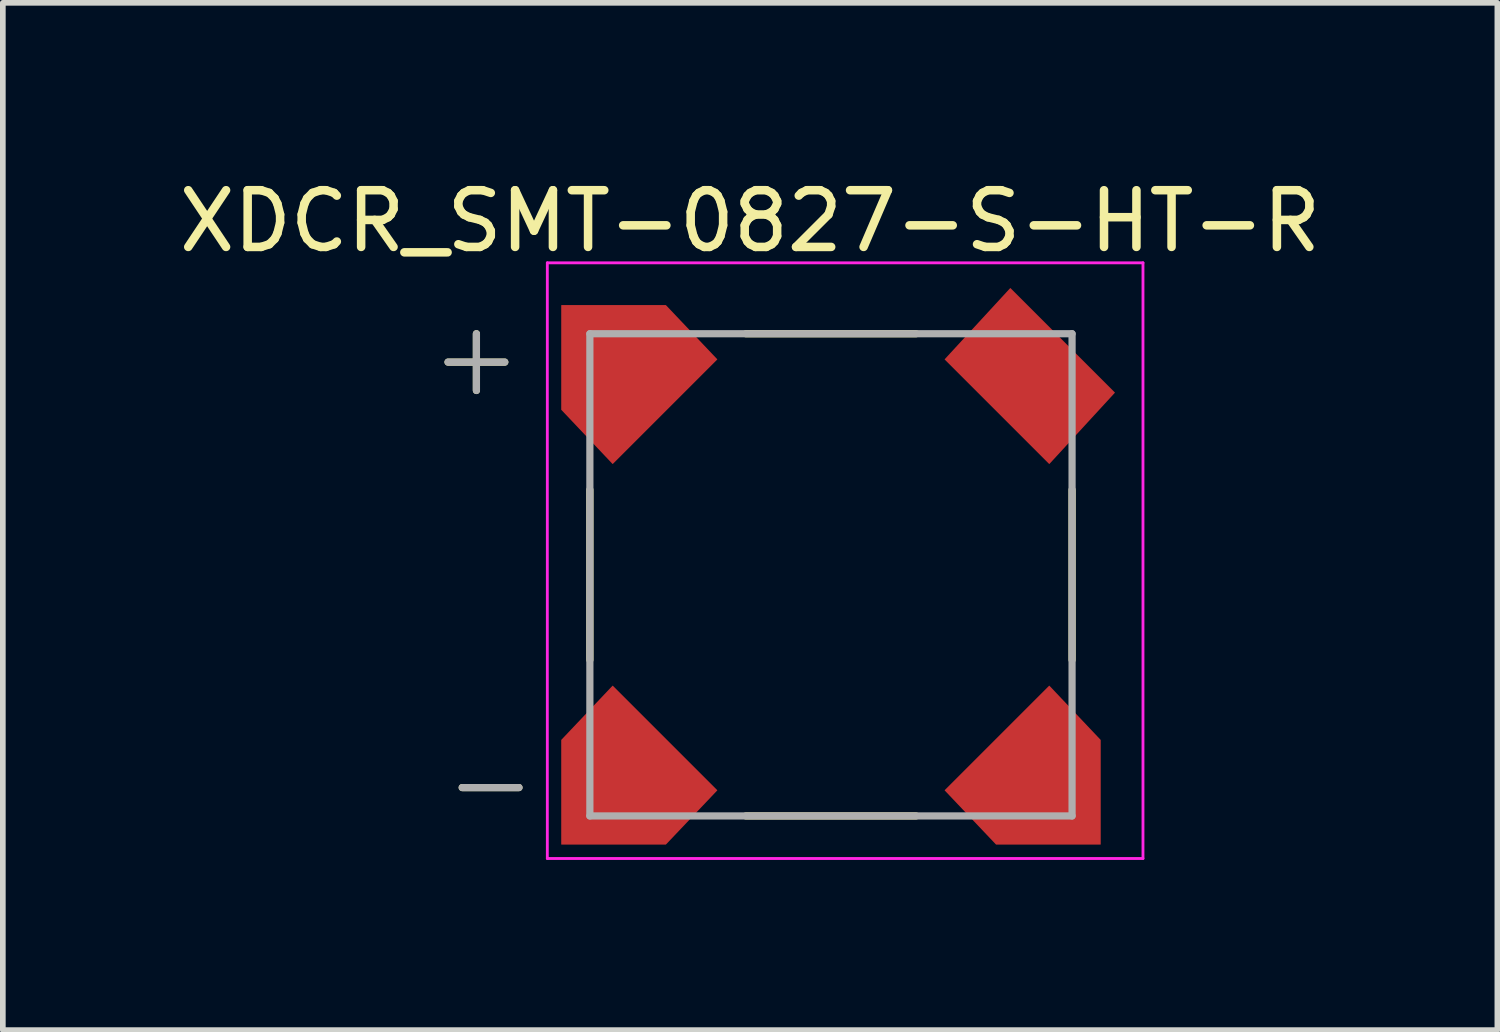
<source format=kicad_pcb>
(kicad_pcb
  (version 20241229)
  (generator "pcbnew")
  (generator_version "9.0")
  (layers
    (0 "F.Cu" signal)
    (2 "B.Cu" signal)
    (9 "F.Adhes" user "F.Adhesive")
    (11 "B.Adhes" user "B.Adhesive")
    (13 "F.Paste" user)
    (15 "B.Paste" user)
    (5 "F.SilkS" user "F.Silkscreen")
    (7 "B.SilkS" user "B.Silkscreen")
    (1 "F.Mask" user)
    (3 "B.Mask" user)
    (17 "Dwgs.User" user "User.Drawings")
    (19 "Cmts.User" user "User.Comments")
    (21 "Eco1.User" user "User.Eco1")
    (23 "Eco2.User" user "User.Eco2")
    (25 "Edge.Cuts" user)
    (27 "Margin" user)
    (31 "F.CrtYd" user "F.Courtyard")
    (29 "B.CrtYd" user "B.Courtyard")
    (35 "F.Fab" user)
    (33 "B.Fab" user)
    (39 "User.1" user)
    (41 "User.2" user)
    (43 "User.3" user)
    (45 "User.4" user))
  (footprint "XDCR_SMT-0827-S-HT-R"
    (layer "F.Cu")
    (at 11.598 7.083)
    (property "Reference" "XDCR_SMT-0827-S-HT-R" (at -1.425 -6.235 0) (layer "F.SilkS") (effects (font (size 1 1) (thickness 0.15))))
    (attr smd)
    (fp_poly (pts (xy 1.759 -3.798) (xy 3.798 -1.759) (xy 5.2 -3.212) (xy 3.162 -5.25)) (stroke (width 0.01) (type solid)) (fill yes) (layer "F.Mask"))
    (fp_poly (pts (xy -3.848 -1.859) (xy -1.909 -3.798) (xy -2.812 -4.85) (xy -4.85 -4.85) (xy -4.85 -2.812)) (stroke (width 0.01) (type solid)) (fill yes) (layer "F.Mask"))
    (fp_poly (pts (xy -1.809 3.848) (xy -3.848 1.809) (xy -4.85 2.912) (xy -4.85 4.85) (xy -2.912 4.85)) (stroke (width 0.01) (type solid)) (fill yes) (layer "F.Mask"))
    (fp_poly (pts (xy 3.798 1.809) (xy 1.859 3.748) (xy 2.812 4.85) (xy 4.85 4.85) (xy 4.85 2.812)) (stroke (width 0.01) (type solid)) (fill yes) (layer "F.Mask"))
    (fp_line (start -6.25 -4.25) (end -6.25 -3.25) (stroke (width 0.127) (type solid)) (layer "F.SilkS"))
    (fp_line (start -5.75 -3.75) (end -6.75 -3.75) (stroke (width 0.127) (type solid)) (layer "F.SilkS"))
    (fp_line (start -5.5 3.75) (end -6.5 3.75) (stroke (width 0.127) (type solid)) (layer "F.SilkS"))
    (fp_line (start -4.25 -1.5) (end -4.25 1.5) (stroke (width 0.127) (type solid)) (layer "F.SilkS"))
    (fp_line (start -1.5 -4.25) (end 1.5 -4.25) (stroke (width 0.127) (type solid)) (layer "F.SilkS"))
    (fp_line (start -1.5 4.25) (end 1.5 4.25) (stroke (width 0.127) (type solid)) (layer "F.SilkS"))
    (fp_line (start 4.25 -1.5) (end 4.25 1.5) (stroke (width 0.127) (type solid)) (layer "F.SilkS"))
    (fp_poly (pts (xy 2.009 -3.798) (xy 3.848 -1.959) (xy 5 -3.212) (xy 3.162 -5.05)) (stroke (width 0.01) (type solid)) (fill yes) (layer "F.Paste"))
    (fp_poly (pts (xy -3.848 -1.959) (xy -2.009 -3.798) (xy -2.912 -4.75) (xy -4.75 -4.75) (xy -4.75 -2.912)) (stroke (width 0.01) (type solid)) (fill yes) (layer "F.Paste"))
    (fp_poly (pts (xy -2.009 3.798) (xy -3.848 1.959) (xy -4.75 2.912) (xy -4.75 4.75) (xy -2.912 4.75)) (stroke (width 0.01) (type solid)) (fill yes) (layer "F.Paste"))
    (fp_poly (pts (xy 3.848 1.959) (xy 2.009 3.798) (xy 2.912 4.75) (xy 4.75 4.75) (xy 4.75 2.912)) (stroke (width 0.01) (type solid)) (fill yes) (layer "F.Paste"))
    (fp_line (start -5 -5.5) (end -5 5) (stroke (width 0.05) (type solid)) (layer "F.CrtYd"))
    (fp_line (start -5 5) (end 5.5 5) (stroke (width 0.05) (type solid)) (layer "F.CrtYd"))
    (fp_line (start 5.5 -5.5) (end -5 -5.5) (stroke (width 0.05) (type solid)) (layer "F.CrtYd"))
    (fp_line (start 5.5 5) (end 5.5 -5.5) (stroke (width 0.05) (type solid)) (layer "F.CrtYd"))
    (fp_line (start -6.75 -3.75) (end -5.75 -3.75) (stroke (width 0.127) (type solid)) (layer "F.Fab"))
    (fp_line (start -6.25 -4.25) (end -6.25 -3.25) (stroke (width 0.127) (type solid)) (layer "F.Fab"))
    (fp_line (start -5.5 3.75) (end -6.5 3.75) (stroke (width 0.127) (type solid)) (layer "F.Fab"))
    (fp_line (start -4.25 -4.25) (end 4.25 -4.25) (stroke (width 0.127) (type solid)) (layer "F.Fab"))
    (fp_line (start -4.25 4.25) (end -4.25 -4.25) (stroke (width 0.127) (type solid)) (layer "F.Fab"))
    (fp_line (start 4.25 -4.25) (end 4.25 4.25) (stroke (width 0.127) (type solid)) (layer "F.Fab"))
    (fp_line (start 4.25 4.25) (end -4.25 4.25) (stroke (width 0.127) (type solid)) (layer "F.Fab"))
    (pad "2" smd custom (at 3.45 -3.45) (size 1 1) (layers "F.Cu") (options (anchor rect)) (primitives (gr_poly (pts (xy -1.441 -0.348) (xy 0.398 1.491) (xy 1.55 0.238) (xy -0.288 -1.6)) (width 0.01) (fill yes))))
    (pad "4" smd custom (at 3.6 3.6) (size 1 1) (layers "F.Cu") (options (anchor rect)) (primitives (gr_poly (pts (xy 0.248 -1.641) (xy -1.591 0.198) (xy -0.688 1.15) (xy 1.15 1.15) (xy 1.15 -0.688)) (width 0.01) (fill yes))))
    (pad "N" smd custom (at -3.6 3.6) (size 1 1) (layers "F.Cu") (options (anchor rect)) (primitives (gr_poly (pts (xy 1.591 0.198) (xy -0.248 -1.641) (xy -1.15 -0.688) (xy -1.15 1.15) (xy 0.688 1.15)) (width 0.01) (fill yes))))
    (pad "P" smd custom (at -3.6 -3.6) (size 1 1) (layers "F.Cu") (options (anchor rect)) (primitives (gr_poly (pts (xy -0.248 1.641) (xy 1.591 -0.198) (xy 0.688 -1.15) (xy -1.15 -1.15) (xy -1.15 0.688)) (width 0.01) (fill yes)))))
  (gr_rect
    (start -3 -3)
    (end 23.345 15.108)
    (stroke (width 0.1) (type default))
    (fill no)
    (layer "Edge.Cuts")))
</source>
